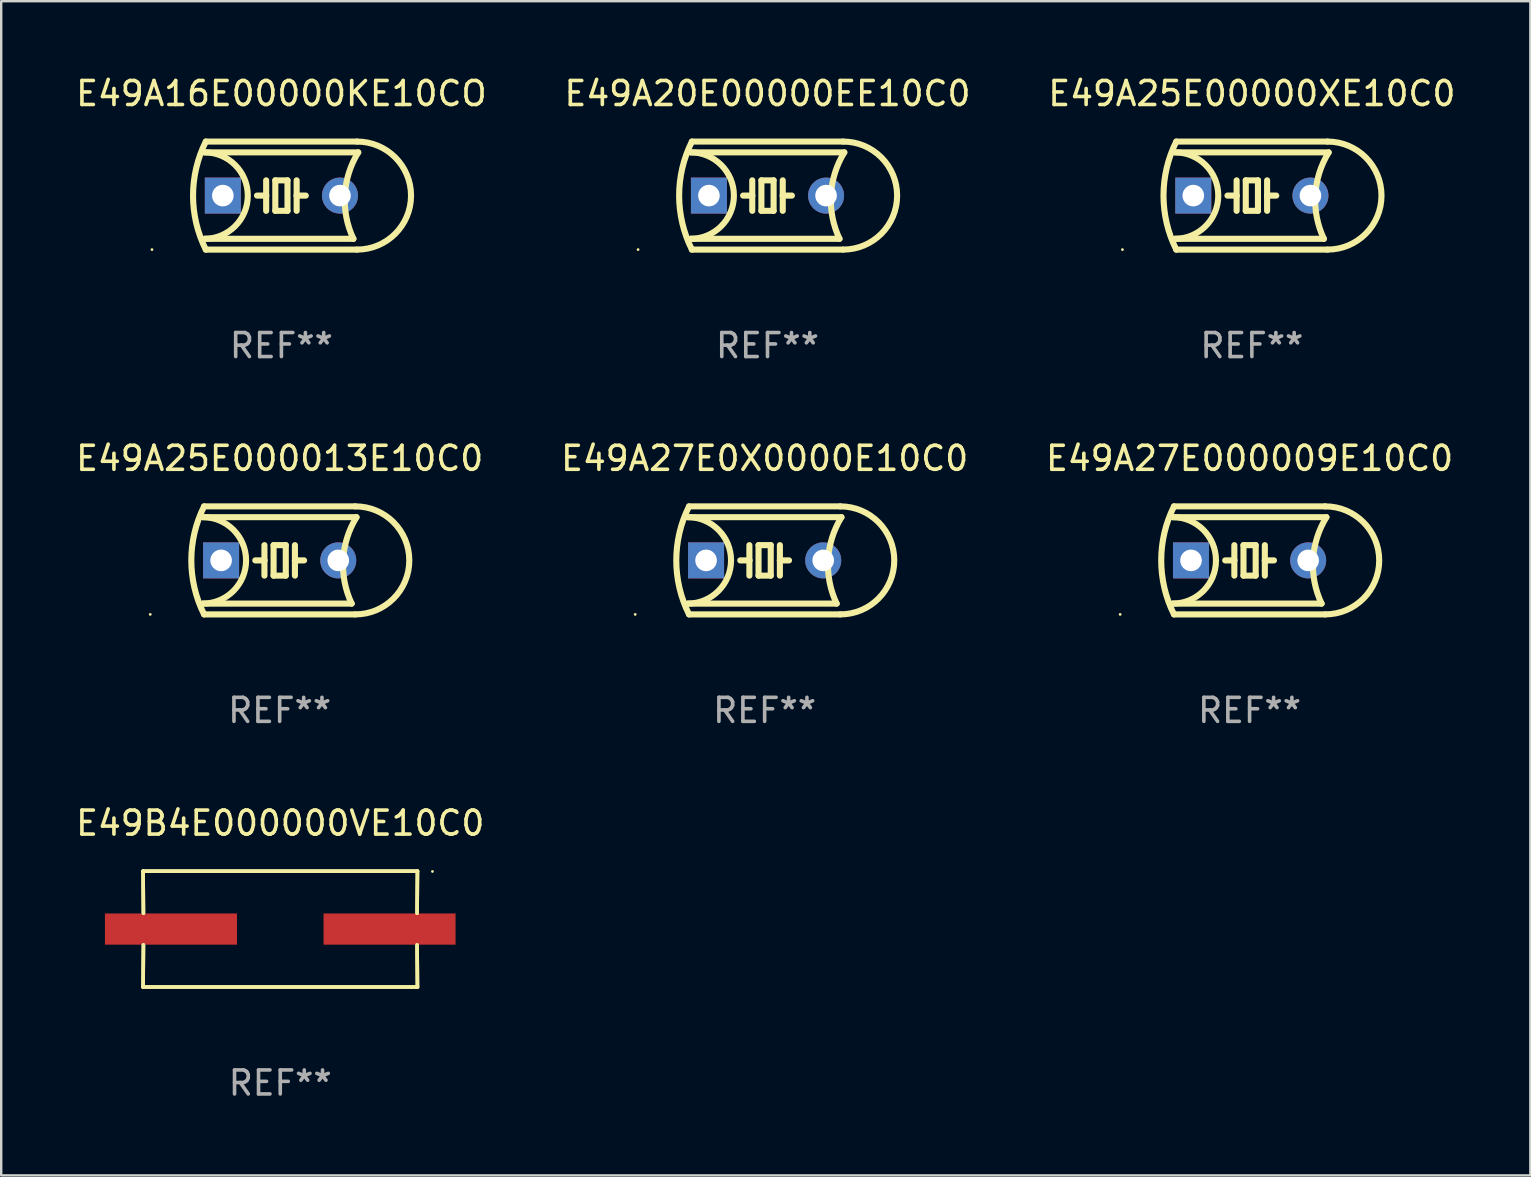
<source format=kicad_pcb>
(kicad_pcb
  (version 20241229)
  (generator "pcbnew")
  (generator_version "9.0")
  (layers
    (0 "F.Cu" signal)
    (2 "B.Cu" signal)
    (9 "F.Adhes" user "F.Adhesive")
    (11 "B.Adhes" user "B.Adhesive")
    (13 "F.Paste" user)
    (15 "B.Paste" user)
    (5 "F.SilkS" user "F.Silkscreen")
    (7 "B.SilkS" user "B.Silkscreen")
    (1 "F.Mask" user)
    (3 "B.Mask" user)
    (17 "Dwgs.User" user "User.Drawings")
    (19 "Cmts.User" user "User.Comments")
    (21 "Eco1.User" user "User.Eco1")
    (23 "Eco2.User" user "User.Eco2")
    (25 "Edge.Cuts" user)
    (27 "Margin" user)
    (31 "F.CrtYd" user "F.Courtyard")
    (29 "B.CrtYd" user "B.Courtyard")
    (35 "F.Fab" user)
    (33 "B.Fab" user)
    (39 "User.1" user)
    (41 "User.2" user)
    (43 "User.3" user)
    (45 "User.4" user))
  (footprint "E49A25E000013E10C0"
    (layer "F.Cu")
    (at 8.601 20.295)
    (property "Reference" "E49A25E000013E10C0" (at 0 -4.25 0) (layer "F.SilkS") (effects (font (size 1 1) (thickness 0.15))))
    (attr through_hole)
    (fp_line (start -3.2 -1.8) (end 3.2 -1.8) (stroke (width 0.254) (type solid)) (layer "F.SilkS"))
    (fp_line (start -3.15 2.25) (end 3.15 2.25) (stroke (width 0.254) (type solid)) (layer "F.SilkS"))
    (fp_line (start -0.635 -0.635) (end -0.635 0) (stroke (width 0.254) (type solid)) (layer "F.SilkS"))
    (fp_line (start -0.635 0) (end -1.016 0) (stroke (width 0.254) (type solid)) (layer "F.SilkS"))
    (fp_line (start -0.635 0) (end -0.635 0.635) (stroke (width 0.254) (type solid)) (layer "F.SilkS"))
    (fp_line (start -0.254 -0.635) (end -0.254 0.635) (stroke (width 0.254) (type solid)) (layer "F.SilkS"))
    (fp_line (start -0.254 0.635) (end 0.254 0.635) (stroke (width 0.254) (type solid)) (layer "F.SilkS"))
    (fp_line (start 0.254 -0.635) (end -0.254 -0.635) (stroke (width 0.254) (type solid)) (layer "F.SilkS"))
    (fp_line (start 0.254 0.635) (end 0.254 -0.635) (stroke (width 0.254) (type solid)) (layer "F.SilkS"))
    (fp_line (start 0.635 -0.635) (end 0.635 0) (stroke (width 0.254) (type solid)) (layer "F.SilkS"))
    (fp_line (start 0.635 0) (end 0.635 0.635) (stroke (width 0.254) (type solid)) (layer "F.SilkS"))
    (fp_line (start 0.635 0) (end 1.016 0) (stroke (width 0.254) (type solid)) (layer "F.SilkS"))
    (fp_line (start 3 1.8) (end -3.2 1.8) (stroke (width 0.254) (type solid)) (layer "F.SilkS"))
    (fp_line (start 3.15 -2.25) (end -3.15 -2.25) (stroke (width 0.254) (type solid)) (layer "F.SilkS"))
    (fp_arc (start -3.200406 -1.800864) (mid -1.399974 -0.000635) (end -3.2 1.8) (stroke (width 0.254001) (type solid)) (layer "F.SilkS"))
    (fp_arc (start -3.149606 2.250444) (mid -3.680941 0.000261) (end -3.149987 -2.250013) (stroke (width 0.254001) (type solid)) (layer "F.SilkS"))
    (fp_arc (start 2.999746 1.800863) (mid 2.642982 -0.024977) (end 3.2 -1.8) (stroke (width 0.254001) (type solid)) (layer "F.SilkS"))
    (fp_arc (start 3.149607 -2.250445) (mid 5.399848 -0.000406) (end 3.149987 2.250013) (stroke (width 0.254001) (type solid)) (layer "F.SilkS"))
    (fp_circle (center -5.392 2.25) (end -5.362 2.25) (stroke (width 0.06) (type solid)) (fill no) (layer "F.SilkS"))
    (fp_text user "REF**" (at 0 6.25 0) (layer "F.Fab") (effects (font (size 1 1) (thickness 0.15))))
    (pad "1" thru_hole rect (at -2.44 0) (size 1.5 1.5) (drill 0.9) (layers "*.Cu" "*.Mask"))
    (pad "2" thru_hole circle (at 2.44 0) (size 1.5 1.5) (drill 0.9) (layers "*.Cu" "*.Mask")))
  (footprint "E49B4E000000VE10C0"
    (layer "F.Cu")
    (at 8.625 35.654)
    (property "Reference" "E49B4E000000VE10C0" (at 0 -4.413 0) (layer "F.SilkS") (effects (font (size 1 1) (thickness 0.15))))
    (attr through_hole)
    (fp_line (start -5.715 -2.413) (end -5.7 -0.662) (stroke (width 0.152) (type solid)) (layer "F.SilkS"))
    (fp_line (start -5.715 -2.413) (end -5.7 -0.662) (stroke (width 0.152) (type solid)) (layer "F.SilkS"))
    (fp_line (start -5.715 2.413) (end 5.715 2.413) (stroke (width 0.152) (type solid)) (layer "F.SilkS"))
    (fp_line (start -5.715 2.413) (end 5.715 2.413) (stroke (width 0.152) (type solid)) (layer "F.SilkS"))
    (fp_line (start -5.7 0.662) (end -5.715 2.413) (stroke (width 0.152) (type solid)) (layer "F.SilkS"))
    (fp_line (start -5.7 0.662) (end -5.715 2.413) (stroke (width 0.152) (type solid)) (layer "F.SilkS"))
    (fp_line (start 5.7 -0.662) (end 5.715 -2.413) (stroke (width 0.152) (type solid)) (layer "F.SilkS"))
    (fp_line (start 5.7 -0.662) (end 5.715 -2.413) (stroke (width 0.152) (type solid)) (layer "F.SilkS"))
    (fp_line (start 5.715 -2.413) (end -5.715 -2.413) (stroke (width 0.152) (type solid)) (layer "F.SilkS"))
    (fp_line (start 5.715 -2.413) (end -5.715 -2.413) (stroke (width 0.152) (type solid)) (layer "F.SilkS"))
    (fp_line (start 5.715 2.413) (end 5.7 0.662) (stroke (width 0.152) (type solid)) (layer "F.SilkS"))
    (fp_line (start 5.715 2.413) (end 5.7 0.662) (stroke (width 0.152) (type solid)) (layer "F.SilkS"))
    (fp_circle (center 6.34 -2.4) (end 6.37 -2.4) (stroke (width 0.06) (type solid)) (fill no) (layer "F.SilkS"))
    (fp_text user "REF**" (at 0 6.413 0) (layer "F.Fab") (effects (font (size 1 1) (thickness 0.15))))
    (pad "1" smd rect (at 4.553 0) (size 5.5 1.3) (layers "F.Cu" "F.Mask" "F.Paste"))
    (pad "2" smd rect (at -4.553 0) (size 5.5 1.3) (layers "F.Cu" "F.Mask" "F.Paste")))
  (footprint "E49A27E0X0000E10C0"
    (layer "F.Cu")
    (at 28.804 20.295)
    (property "Reference" "E49A27E0X0000E10C0" (at 0 -4.25 0) (layer "F.SilkS") (effects (font (size 1 1) (thickness 0.15))))
    (attr through_hole)
    (fp_line (start -3.2 -1.8) (end 3.2 -1.8) (stroke (width 0.254) (type solid)) (layer "F.SilkS"))
    (fp_line (start -3.15 2.25) (end 3.15 2.25) (stroke (width 0.254) (type solid)) (layer "F.SilkS"))
    (fp_line (start -0.635 -0.635) (end -0.635 0) (stroke (width 0.254) (type solid)) (layer "F.SilkS"))
    (fp_line (start -0.635 0) (end -1.016 0) (stroke (width 0.254) (type solid)) (layer "F.SilkS"))
    (fp_line (start -0.635 0) (end -0.635 0.635) (stroke (width 0.254) (type solid)) (layer "F.SilkS"))
    (fp_line (start -0.254 -0.635) (end -0.254 0.635) (stroke (width 0.254) (type solid)) (layer "F.SilkS"))
    (fp_line (start -0.254 0.635) (end 0.254 0.635) (stroke (width 0.254) (type solid)) (layer "F.SilkS"))
    (fp_line (start 0.254 -0.635) (end -0.254 -0.635) (stroke (width 0.254) (type solid)) (layer "F.SilkS"))
    (fp_line (start 0.254 0.635) (end 0.254 -0.635) (stroke (width 0.254) (type solid)) (layer "F.SilkS"))
    (fp_line (start 0.635 -0.635) (end 0.635 0) (stroke (width 0.254) (type solid)) (layer "F.SilkS"))
    (fp_line (start 0.635 0) (end 0.635 0.635) (stroke (width 0.254) (type solid)) (layer "F.SilkS"))
    (fp_line (start 0.635 0) (end 1.016 0) (stroke (width 0.254) (type solid)) (layer "F.SilkS"))
    (fp_line (start 3 1.8) (end -3.2 1.8) (stroke (width 0.254) (type solid)) (layer "F.SilkS"))
    (fp_line (start 3.15 -2.25) (end -3.15 -2.25) (stroke (width 0.254) (type solid)) (layer "F.SilkS"))
    (fp_arc (start -3.200406 -1.800864) (mid -1.399974 -0.000635) (end -3.2 1.8) (stroke (width 0.254001) (type solid)) (layer "F.SilkS"))
    (fp_arc (start -3.149606 2.250444) (mid -3.680941 0.000261) (end -3.149987 -2.250013) (stroke (width 0.254001) (type solid)) (layer "F.SilkS"))
    (fp_arc (start 2.999746 1.800863) (mid 2.642982 -0.024977) (end 3.2 -1.8) (stroke (width 0.254001) (type solid)) (layer "F.SilkS"))
    (fp_arc (start 3.149607 -2.250445) (mid 5.399848 -0.000406) (end 3.149987 2.250013) (stroke (width 0.254001) (type solid)) (layer "F.SilkS"))
    (fp_circle (center -5.392 2.25) (end -5.362 2.25) (stroke (width 0.06) (type solid)) (fill no) (layer "F.SilkS"))
    (fp_text user "REF**" (at 0 6.25 0) (layer "F.Fab") (effects (font (size 1 1) (thickness 0.15))))
    (pad "1" thru_hole rect (at -2.44 0) (size 1.5 1.5) (drill 0.9) (layers "*.Cu" "*.Mask"))
    (pad "2" thru_hole circle (at 2.44 0) (size 1.5 1.5) (drill 0.9) (layers "*.Cu" "*.Mask")))
  (footprint "E49A27E000009E10C0"
    (layer "F.Cu")
    (at 49.006 20.295)
    (property "Reference" "E49A27E000009E10C0" (at 0 -4.25 0) (layer "F.SilkS") (effects (font (size 1 1) (thickness 0.15))))
    (attr through_hole)
    (fp_line (start -3.2 -1.8) (end 3.2 -1.8) (stroke (width 0.254) (type solid)) (layer "F.SilkS"))
    (fp_line (start -3.15 2.25) (end 3.15 2.25) (stroke (width 0.254) (type solid)) (layer "F.SilkS"))
    (fp_line (start -0.635 -0.635) (end -0.635 0) (stroke (width 0.254) (type solid)) (layer "F.SilkS"))
    (fp_line (start -0.635 0) (end -1.016 0) (stroke (width 0.254) (type solid)) (layer "F.SilkS"))
    (fp_line (start -0.635 0) (end -0.635 0.635) (stroke (width 0.254) (type solid)) (layer "F.SilkS"))
    (fp_line (start -0.254 -0.635) (end -0.254 0.635) (stroke (width 0.254) (type solid)) (layer "F.SilkS"))
    (fp_line (start -0.254 0.635) (end 0.254 0.635) (stroke (width 0.254) (type solid)) (layer "F.SilkS"))
    (fp_line (start 0.254 -0.635) (end -0.254 -0.635) (stroke (width 0.254) (type solid)) (layer "F.SilkS"))
    (fp_line (start 0.254 0.635) (end 0.254 -0.635) (stroke (width 0.254) (type solid)) (layer "F.SilkS"))
    (fp_line (start 0.635 -0.635) (end 0.635 0) (stroke (width 0.254) (type solid)) (layer "F.SilkS"))
    (fp_line (start 0.635 0) (end 0.635 0.635) (stroke (width 0.254) (type solid)) (layer "F.SilkS"))
    (fp_line (start 0.635 0) (end 1.016 0) (stroke (width 0.254) (type solid)) (layer "F.SilkS"))
    (fp_line (start 3 1.8) (end -3.2 1.8) (stroke (width 0.254) (type solid)) (layer "F.SilkS"))
    (fp_line (start 3.15 -2.25) (end -3.15 -2.25) (stroke (width 0.254) (type solid)) (layer "F.SilkS"))
    (fp_arc (start -3.200406 -1.800864) (mid -1.399974 -0.000635) (end -3.2 1.8) (stroke (width 0.254001) (type solid)) (layer "F.SilkS"))
    (fp_arc (start -3.149606 2.250444) (mid -3.680941 0.000261) (end -3.149987 -2.250013) (stroke (width 0.254001) (type solid)) (layer "F.SilkS"))
    (fp_arc (start 2.999746 1.800863) (mid 2.642982 -0.024977) (end 3.2 -1.8) (stroke (width 0.254001) (type solid)) (layer "F.SilkS"))
    (fp_arc (start 3.149607 -2.250445) (mid 5.399848 -0.000406) (end 3.149987 2.250013) (stroke (width 0.254001) (type solid)) (layer "F.SilkS"))
    (fp_circle (center -5.392 2.25) (end -5.362 2.25) (stroke (width 0.06) (type solid)) (fill no) (layer "F.SilkS"))
    (fp_text user "REF**" (at 0 6.25 0) (layer "F.Fab") (effects (font (size 1 1) (thickness 0.15))))
    (pad "1" thru_hole rect (at -2.44 0) (size 1.5 1.5) (drill 0.9) (layers "*.Cu" "*.Mask"))
    (pad "2" thru_hole circle (at 2.44 0) (size 1.5 1.5) (drill 0.9) (layers "*.Cu" "*.Mask")))
  (footprint "E49A25E00000XE10C0"
    (layer "F.Cu")
    (at 49.101 5.098)
    (property "Reference" "E49A25E00000XE10C0" (at 0 -4.25 0) (layer "F.SilkS") (effects (font (size 1 1) (thickness 0.15))))
    (attr through_hole)
    (fp_line (start -3.2 -1.8) (end 3.2 -1.8) (stroke (width 0.254) (type solid)) (layer "F.SilkS"))
    (fp_line (start -3.15 2.25) (end 3.15 2.25) (stroke (width 0.254) (type solid)) (layer "F.SilkS"))
    (fp_line (start -0.635 -0.635) (end -0.635 0) (stroke (width 0.254) (type solid)) (layer "F.SilkS"))
    (fp_line (start -0.635 0) (end -1.016 0) (stroke (width 0.254) (type solid)) (layer "F.SilkS"))
    (fp_line (start -0.635 0) (end -0.635 0.635) (stroke (width 0.254) (type solid)) (layer "F.SilkS"))
    (fp_line (start -0.254 -0.635) (end -0.254 0.635) (stroke (width 0.254) (type solid)) (layer "F.SilkS"))
    (fp_line (start -0.254 0.635) (end 0.254 0.635) (stroke (width 0.254) (type solid)) (layer "F.SilkS"))
    (fp_line (start 0.254 -0.635) (end -0.254 -0.635) (stroke (width 0.254) (type solid)) (layer "F.SilkS"))
    (fp_line (start 0.254 0.635) (end 0.254 -0.635) (stroke (width 0.254) (type solid)) (layer "F.SilkS"))
    (fp_line (start 0.635 -0.635) (end 0.635 0) (stroke (width 0.254) (type solid)) (layer "F.SilkS"))
    (fp_line (start 0.635 0) (end 0.635 0.635) (stroke (width 0.254) (type solid)) (layer "F.SilkS"))
    (fp_line (start 0.635 0) (end 1.016 0) (stroke (width 0.254) (type solid)) (layer "F.SilkS"))
    (fp_line (start 3 1.8) (end -3.2 1.8) (stroke (width 0.254) (type solid)) (layer "F.SilkS"))
    (fp_line (start 3.15 -2.25) (end -3.15 -2.25) (stroke (width 0.254) (type solid)) (layer "F.SilkS"))
    (fp_arc (start -3.200406 -1.800864) (mid -1.399974 -0.000635) (end -3.2 1.8) (stroke (width 0.254001) (type solid)) (layer "F.SilkS"))
    (fp_arc (start -3.149606 2.250444) (mid -3.680941 0.000261) (end -3.149987 -2.250013) (stroke (width 0.254001) (type solid)) (layer "F.SilkS"))
    (fp_arc (start 2.999746 1.800863) (mid 2.642982 -0.024977) (end 3.2 -1.8) (stroke (width 0.254001) (type solid)) (layer "F.SilkS"))
    (fp_arc (start 3.149607 -2.250445) (mid 5.399848 -0.000406) (end 3.149987 2.250013) (stroke (width 0.254001) (type solid)) (layer "F.SilkS"))
    (fp_circle (center -5.392 2.25) (end -5.362 2.25) (stroke (width 0.06) (type solid)) (fill no) (layer "F.SilkS"))
    (fp_text user "REF**" (at 0 6.25 0) (layer "F.Fab") (effects (font (size 1 1) (thickness 0.15))))
    (pad "1" thru_hole rect (at -2.44 0) (size 1.5 1.5) (drill 0.9) (layers "*.Cu" "*.Mask"))
    (pad "2" thru_hole circle (at 2.44 0) (size 1.5 1.5) (drill 0.9) (layers "*.Cu" "*.Mask")))
  (footprint "E49A16E00000KE10CO"
    (layer "F.Cu")
    (at 8.673 5.098)
    (property "Reference" "E49A16E00000KE10CO" (at 0 -4.25 0) (layer "F.SilkS") (effects (font (size 1 1) (thickness 0.15))))
    (attr through_hole)
    (fp_line (start -3.2 -1.8) (end 3.2 -1.8) (stroke (width 0.254) (type solid)) (layer "F.SilkS"))
    (fp_line (start -3.15 2.25) (end 3.15 2.25) (stroke (width 0.254) (type solid)) (layer "F.SilkS"))
    (fp_line (start -0.635 -0.635) (end -0.635 0) (stroke (width 0.254) (type solid)) (layer "F.SilkS"))
    (fp_line (start -0.635 0) (end -1.016 0) (stroke (width 0.254) (type solid)) (layer "F.SilkS"))
    (fp_line (start -0.635 0) (end -0.635 0.635) (stroke (width 0.254) (type solid)) (layer "F.SilkS"))
    (fp_line (start -0.254 -0.635) (end -0.254 0.635) (stroke (width 0.254) (type solid)) (layer "F.SilkS"))
    (fp_line (start -0.254 0.635) (end 0.254 0.635) (stroke (width 0.254) (type solid)) (layer "F.SilkS"))
    (fp_line (start 0.254 -0.635) (end -0.254 -0.635) (stroke (width 0.254) (type solid)) (layer "F.SilkS"))
    (fp_line (start 0.254 0.635) (end 0.254 -0.635) (stroke (width 0.254) (type solid)) (layer "F.SilkS"))
    (fp_line (start 0.635 -0.635) (end 0.635 0) (stroke (width 0.254) (type solid)) (layer "F.SilkS"))
    (fp_line (start 0.635 0) (end 0.635 0.635) (stroke (width 0.254) (type solid)) (layer "F.SilkS"))
    (fp_line (start 0.635 0) (end 1.016 0) (stroke (width 0.254) (type solid)) (layer "F.SilkS"))
    (fp_line (start 3 1.8) (end -3.2 1.8) (stroke (width 0.254) (type solid)) (layer "F.SilkS"))
    (fp_line (start 3.15 -2.25) (end -3.15 -2.25) (stroke (width 0.254) (type solid)) (layer "F.SilkS"))
    (fp_arc (start -3.200406 -1.800864) (mid -1.399974 -0.000635) (end -3.2 1.8) (stroke (width 0.254001) (type solid)) (layer "F.SilkS"))
    (fp_arc (start -3.149606 2.250444) (mid -3.680941 0.000261) (end -3.149987 -2.250013) (stroke (width 0.254001) (type solid)) (layer "F.SilkS"))
    (fp_arc (start 2.999746 1.800863) (mid 2.642982 -0.024977) (end 3.2 -1.8) (stroke (width 0.254001) (type solid)) (layer "F.SilkS"))
    (fp_arc (start 3.149607 -2.250445) (mid 5.399848 -0.000406) (end 3.149987 2.250013) (stroke (width 0.254001) (type solid)) (layer "F.SilkS"))
    (fp_circle (center -5.392 2.25) (end -5.362 2.25) (stroke (width 0.06) (type solid)) (fill no) (layer "F.SilkS"))
    (fp_text user "REF**" (at 0 6.25 0) (layer "F.Fab") (effects (font (size 1 1) (thickness 0.15))))
    (pad "1" thru_hole rect (at -2.44 0) (size 1.5 1.5) (drill 0.9) (layers "*.Cu" "*.Mask"))
    (pad "2" thru_hole circle (at 2.44 0) (size 1.5 1.5) (drill 0.9) (layers "*.Cu" "*.Mask")))
  (footprint "E49A20E00000EE10C0"
    (layer "F.Cu")
    (at 28.923 5.098)
    (property "Reference" "E49A20E00000EE10C0" (at 0 -4.25 0) (layer "F.SilkS") (effects (font (size 1 1) (thickness 0.15))))
    (attr through_hole)
    (fp_line (start -3.2 -1.8) (end 3.2 -1.8) (stroke (width 0.254) (type solid)) (layer "F.SilkS"))
    (fp_line (start -3.15 2.25) (end 3.15 2.25) (stroke (width 0.254) (type solid)) (layer "F.SilkS"))
    (fp_line (start -0.635 -0.635) (end -0.635 0) (stroke (width 0.254) (type solid)) (layer "F.SilkS"))
    (fp_line (start -0.635 0) (end -1.016 0) (stroke (width 0.254) (type solid)) (layer "F.SilkS"))
    (fp_line (start -0.635 0) (end -0.635 0.635) (stroke (width 0.254) (type solid)) (layer "F.SilkS"))
    (fp_line (start -0.254 -0.635) (end -0.254 0.635) (stroke (width 0.254) (type solid)) (layer "F.SilkS"))
    (fp_line (start -0.254 0.635) (end 0.254 0.635) (stroke (width 0.254) (type solid)) (layer "F.SilkS"))
    (fp_line (start 0.254 -0.635) (end -0.254 -0.635) (stroke (width 0.254) (type solid)) (layer "F.SilkS"))
    (fp_line (start 0.254 0.635) (end 0.254 -0.635) (stroke (width 0.254) (type solid)) (layer "F.SilkS"))
    (fp_line (start 0.635 -0.635) (end 0.635 0) (stroke (width 0.254) (type solid)) (layer "F.SilkS"))
    (fp_line (start 0.635 0) (end 0.635 0.635) (stroke (width 0.254) (type solid)) (layer "F.SilkS"))
    (fp_line (start 0.635 0) (end 1.016 0) (stroke (width 0.254) (type solid)) (layer "F.SilkS"))
    (fp_line (start 3 1.8) (end -3.2 1.8) (stroke (width 0.254) (type solid)) (layer "F.SilkS"))
    (fp_line (start 3.15 -2.25) (end -3.15 -2.25) (stroke (width 0.254) (type solid)) (layer "F.SilkS"))
    (fp_arc (start -3.200406 -1.800864) (mid -1.399974 -0.000635) (end -3.2 1.8) (stroke (width 0.254001) (type solid)) (layer "F.SilkS"))
    (fp_arc (start -3.149606 2.250444) (mid -3.680941 0.000261) (end -3.149987 -2.250013) (stroke (width 0.254001) (type solid)) (layer "F.SilkS"))
    (fp_arc (start 2.999746 1.800863) (mid 2.642982 -0.024977) (end 3.2 -1.8) (stroke (width 0.254001) (type solid)) (layer "F.SilkS"))
    (fp_arc (start 3.149607 -2.250445) (mid 5.399848 -0.000406) (end 3.149987 2.250013) (stroke (width 0.254001) (type solid)) (layer "F.SilkS"))
    (fp_circle (center -5.392 2.25) (end -5.362 2.25) (stroke (width 0.06) (type solid)) (fill no) (layer "F.SilkS"))
    (fp_text user "REF**" (at 0 6.25 0) (layer "F.Fab") (effects (font (size 1 1) (thickness 0.15))))
    (pad "1" thru_hole rect (at -2.44 0) (size 1.5 1.5) (drill 0.9) (layers "*.Cu" "*.Mask"))
    (pad "2" thru_hole circle (at 2.44 0) (size 1.5 1.5) (drill 0.9) (layers "*.Cu" "*.Mask")))
  (gr_rect
    (start -3 -3)
    (end 60.702 45.916)
    (stroke (width 0.1) (type default))
    (fill no)
    (layer "Edge.Cuts")))
</source>
